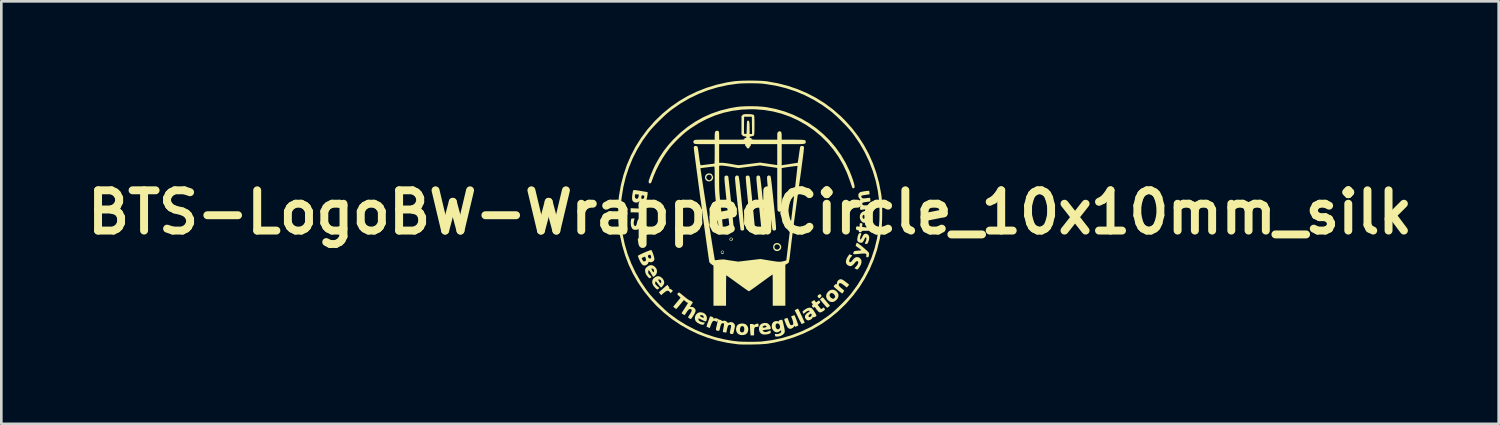
<source format=kicad_pcb>
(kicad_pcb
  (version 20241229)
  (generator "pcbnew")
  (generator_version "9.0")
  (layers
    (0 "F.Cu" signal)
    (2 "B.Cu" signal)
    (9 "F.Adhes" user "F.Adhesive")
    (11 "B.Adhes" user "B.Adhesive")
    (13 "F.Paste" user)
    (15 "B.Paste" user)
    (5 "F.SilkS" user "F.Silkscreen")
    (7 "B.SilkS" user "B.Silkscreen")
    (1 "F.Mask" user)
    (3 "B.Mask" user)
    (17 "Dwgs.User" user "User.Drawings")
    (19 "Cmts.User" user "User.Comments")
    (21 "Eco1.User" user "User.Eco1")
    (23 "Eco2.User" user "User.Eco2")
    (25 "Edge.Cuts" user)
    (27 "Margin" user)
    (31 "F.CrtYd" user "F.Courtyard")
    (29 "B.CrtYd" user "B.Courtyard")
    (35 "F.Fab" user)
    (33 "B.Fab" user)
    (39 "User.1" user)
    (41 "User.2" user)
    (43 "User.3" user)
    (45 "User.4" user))
  (footprint "BTS-LogoBW-WrappedCircle_10x10mm_silk"
    (layer "F.Cu")
    (at 25.335 4.987)
    (property "Reference" "BTS-LogoBW-WrappedCircle_10x10mm_silk" (at 0 0 0) (layer "F.SilkS") (effects (font (size 1.524 1.524) (thickness 0.3))))
    (attr board_only exclude_from_pos_files exclude_from_bom)
    (fp_poly (pts (xy 2.667 3.105) (xy 2.7 3.14) (xy 2.705 3.171) (xy 2.68 3.204) (xy 2.667 3.215) (xy 2.616 3.256) (xy 2.583 3.221) (xy 2.558 3.189) (xy 2.556 3.165) (xy 2.578 3.138) (xy 2.598 3.122) (xy 2.631 3.099) (xy 2.653 3.096)) (stroke (width 0) (type solid)) (fill yes) (layer "F.SilkS"))
    (fp_poly (pts (xy -4.15 0.984) (xy -4.138 1.015) (xy -4.133 1.033) (xy -4.119 1.088) (xy -4.105 1.14) (xy -4.103 1.148) (xy -4.096 1.184) (xy -4.102 1.203) (xy -4.129 1.214) (xy -4.157 1.22) (xy -4.204 1.23) (xy -4.231 1.12) (xy -4.242 1.065) (xy -4.247 1.022) (xy -4.246 0.999) (xy -4.245 0.998) (xy -4.223 0.987) (xy -4.192 0.978) (xy -4.165 0.974)) (stroke (width 0) (type solid)) (fill yes) (layer "F.SilkS"))
    (fp_poly (pts (xy 2.763 3.223) (xy 2.791 3.253) (xy 2.831 3.299) (xy 2.878 3.355) (xy 2.892 3.372) (xy 3.026 3.532) (xy 2.979 3.572) (xy 2.947 3.597) (xy 2.924 3.61) (xy 2.921 3.611) (xy 2.907 3.6) (xy 2.878 3.569) (xy 2.837 3.524) (xy 2.789 3.467) (xy 2.778 3.454) (xy 2.646 3.296) (xy 2.695 3.254) (xy 2.726 3.228) (xy 2.748 3.213) (xy 2.751 3.212)) (stroke (width 0) (type solid)) (fill yes) (layer "F.SilkS"))
    (fp_poly (pts (xy -0.678 0.965) (xy -0.655 0.994) (xy -0.65 1.029) (xy -0.66 1.052) (xy -0.691 1.071) (xy -0.715 1.076) (xy -0.751 1.066) (xy -0.769 1.052) (xy -0.78 1.02) (xy -0.76 1.02) (xy -0.75 1.04) (xy -0.722 1.057) (xy -0.694 1.048) (xy -0.679 1.018) (xy -0.685 0.985) (xy -0.708 0.971) (xy -0.736 0.979) (xy -0.747 0.991) (xy -0.76 1.02) (xy -0.78 1.02) (xy -0.78 1.019) (xy -0.769 0.984) (xy -0.741 0.959) (xy -0.715 0.953)) (stroke (width 0) (type solid)) (fill yes) (layer "F.SilkS"))
    (fp_poly (pts (xy 1.821 3.645) (xy 1.829 3.661) (xy 1.848 3.699) (xy 1.875 3.753) (xy 1.907 3.82) (xy 1.942 3.892) (xy 1.977 3.966) (xy 2.009 4.036) (xy 2.037 4.096) (xy 2.058 4.142) (xy 2.069 4.168) (xy 2.071 4.172) (xy 2.05 4.185) (xy 2.016 4.201) (xy 1.981 4.217) (xy 1.958 4.225) (xy 1.956 4.225) (xy 1.946 4.212) (xy 1.925 4.175) (xy 1.895 4.119) (xy 1.859 4.048) (xy 1.82 3.967) (xy 1.818 3.964) (xy 1.692 3.703) (xy 1.754 3.671) (xy 1.792 3.653) (xy 1.816 3.644)) (stroke (width 0) (type solid)) (fill yes) (layer "F.SilkS"))
    (fp_poly (pts (xy -3.087 2.796) (xy -3.06 2.833) (xy -3.054 2.857) (xy -3.06 2.869) (xy -3.067 2.884) (xy -3.047 2.889) (xy -3.046 2.889) (xy -3.014 2.898) (xy -2.975 2.922) (xy -2.966 2.929) (xy -2.918 2.97) (xy -2.96 3.014) (xy -3.003 3.058) (xy -3.039 3.012) (xy -3.074 2.978) (xy -3.112 2.965) (xy -3.157 2.975) (xy -3.213 3.009) (xy -3.264 3.05) (xy -3.364 3.134) (xy -3.406 3.079) (xy -3.449 3.023) (xy -3.394 2.975) (xy -3.357 2.942) (xy -3.305 2.897) (xy -3.25 2.849) (xy -3.235 2.835) (xy -3.131 2.743)) (stroke (width 0) (type solid)) (fill yes) (layer "F.SilkS"))
    (fp_poly (pts (xy -1.027 1.449) (xy -1.018 1.454) (xy -0.992 1.484) (xy -0.986 1.523) (xy -1.002 1.557) (xy -1.008 1.563) (xy -1.034 1.579) (xy -1.045 1.583) (xy -1.064 1.575) (xy -1.082 1.563) (xy -1.103 1.533) (xy -1.103 1.51) (xy -1.087 1.51) (xy -1.079 1.538) (xy -1.05 1.552) (xy -1.045 1.552) (xy -1.015 1.542) (xy -1.004 1.528) (xy -1.006 1.499) (xy -1.02 1.478) (xy -1.041 1.461) (xy -1.059 1.468) (xy -1.07 1.478) (xy -1.087 1.51) (xy -1.103 1.51) (xy -1.103 1.499) (xy -1.087 1.468) (xy -1.06 1.448)) (stroke (width 0) (type solid)) (fill yes) (layer "F.SilkS"))
    (fp_poly (pts (xy 0.308 4.213) (xy 0.32 4.227) (xy 0.323 4.262) (xy 0.323 4.272) (xy 0.321 4.311) (xy 0.311 4.329) (xy 0.283 4.333) (xy 0.262 4.333) (xy 0.216 4.337) (xy 0.185 4.351) (xy 0.166 4.381) (xy 0.157 4.431) (xy 0.154 4.506) (xy 0.154 4.519) (xy 0.154 4.656) (xy 0.02 4.656) (xy 0.01 4.529) (xy 0.005 4.455) (xy 0.002 4.379) (xy 0.000103 4.318) (xy 0.000092 4.314) (xy 0 4.226) (xy 0.069 4.226) (xy 0.115 4.229) (xy 0.136 4.239) (xy 0.138 4.248) (xy 0.143 4.261) (xy 0.161 4.256) (xy 0.188 4.241) (xy 0.233 4.22) (xy 0.277 4.21) (xy 0.28 4.21)) (stroke (width 0) (type solid)) (fill yes) (layer "F.SilkS"))
    (fp_poly (pts (xy 1.082 1.169) (xy 1.137 1.208) (xy 1.144 1.216) (xy 1.176 1.271) (xy 1.181 1.33) (xy 1.169 1.373) (xy 1.136 1.421) (xy 1.084 1.453) (xy 1.024 1.467) (xy 0.968 1.458) (xy 0.915 1.422) (xy 0.883 1.366) (xy 0.876 1.317) (xy 0.877 1.308) (xy 0.922 1.308) (xy 0.934 1.359) (xy 0.966 1.394) (xy 1.01 1.41) (xy 1.057 1.405) (xy 1.101 1.377) (xy 1.111 1.365) (xy 1.131 1.331) (xy 1.131 1.302) (xy 1.123 1.278) (xy 1.092 1.235) (xy 1.05 1.213) (xy 1.004 1.211) (xy 0.963 1.227) (xy 0.933 1.261) (xy 0.922 1.308) (xy 0.877 1.308) (xy 0.884 1.252) (xy 0.91 1.206) (xy 0.955 1.174) (xy 1.019 1.157)) (stroke (width 0) (type solid)) (fill yes) (layer "F.SilkS"))
    (fp_poly (pts (xy -1.498 -1.471) (xy -1.465 -1.456) (xy -1.438 -1.428) (xy -1.405 -1.368) (xy -1.397 -1.306) (xy -1.415 -1.249) (xy -1.456 -1.203) (xy -1.475 -1.191) (xy -1.542 -1.17) (xy -1.605 -1.179) (xy -1.627 -1.189) (xy -1.675 -1.232) (xy -1.701 -1.288) (xy -1.702 -1.331) (xy -1.656 -1.331) (xy -1.651 -1.295) (xy -1.623 -1.254) (xy -1.579 -1.224) (xy -1.54 -1.214) (xy -1.516 -1.224) (xy -1.485 -1.249) (xy -1.482 -1.252) (xy -1.451 -1.3) (xy -1.448 -1.35) (xy -1.474 -1.397) (xy -1.476 -1.399) (xy -1.518 -1.423) (xy -1.564 -1.424) (xy -1.607 -1.406) (xy -1.64 -1.374) (xy -1.656 -1.331) (xy -1.702 -1.331) (xy -1.703 -1.349) (xy -1.68 -1.407) (xy -1.661 -1.43) (xy -1.623 -1.461) (xy -1.581 -1.473) (xy -1.547 -1.475)) (stroke (width 0) (type solid)) (fill yes) (layer "F.SilkS"))
    (fp_poly (pts (xy 3.159 2.928) (xy 3.23 2.955) (xy 3.258 2.976) (xy 3.317 3.041) (xy 3.347 3.111) (xy 3.346 3.184) (xy 3.315 3.258) (xy 3.275 3.309) (xy 3.207 3.365) (xy 3.135 3.392) (xy 3.063 3.391) (xy 3.002 3.367) (xy 2.936 3.312) (xy 2.895 3.246) (xy 2.88 3.173) (xy 2.886 3.135) (xy 3.01 3.135) (xy 3.023 3.182) (xy 3.059 3.227) (xy 3.085 3.246) (xy 3.129 3.268) (xy 3.161 3.268) (xy 3.192 3.246) (xy 3.196 3.242) (xy 3.22 3.213) (xy 3.225 3.186) (xy 3.211 3.149) (xy 3.204 3.134) (xy 3.17 3.091) (xy 3.127 3.062) (xy 3.083 3.052) (xy 3.058 3.058) (xy 3.022 3.091) (xy 3.01 3.135) (xy 2.886 3.135) (xy 2.892 3.099) (xy 2.902 3.077) (xy 2.953 3.004) (xy 3.016 2.954) (xy 3.086 2.928)) (stroke (width 0) (type solid)) (fill yes) (layer "F.SilkS"))
    (fp_poly (pts (xy -0.254 4.208) (xy -0.186 4.226) (xy -0.166 4.236) (xy -0.114 4.282) (xy -0.08 4.343) (xy -0.066 4.413) (xy -0.071 4.484) (xy -0.096 4.549) (xy -0.139 4.6) (xy -0.17 4.62) (xy -0.248 4.643) (xy -0.333 4.645) (xy -0.372 4.638) (xy -0.443 4.605) (xy -0.494 4.551) (xy -0.523 4.483) (xy -0.524 4.467) (xy -0.382 4.467) (xy -0.373 4.501) (xy -0.361 4.518) (xy -0.321 4.544) (xy -0.278 4.544) (xy -0.241 4.517) (xy -0.239 4.514) (xy -0.222 4.472) (xy -0.216 4.418) (xy -0.221 4.366) (xy -0.237 4.329) (xy -0.239 4.327) (xy -0.279 4.303) (xy -0.318 4.306) (xy -0.351 4.334) (xy -0.374 4.383) (xy -0.38 4.415) (xy -0.382 4.467) (xy -0.524 4.467) (xy -0.529 4.406) (xy -0.509 4.324) (xy -0.494 4.291) (xy -0.456 4.249) (xy -0.397 4.221) (xy -0.327 4.206)) (stroke (width 0) (type solid)) (fill yes) (layer "F.SilkS"))
    (fp_poly (pts (xy -0.44 -1.379) (xy -0.435 -1.371) (xy -0.429 -1.356) (xy -0.423 -1.331) (xy -0.416 -1.293) (xy -0.408 -1.241) (xy -0.399 -1.173) (xy -0.388 -1.086) (xy -0.376 -0.979) (xy -0.362 -0.849) (xy -0.346 -0.694) (xy -0.327 -0.512) (xy -0.312 -0.364) (xy -0.289 -0.146) (xy -0.27 0.043) (xy -0.255 0.204) (xy -0.243 0.338) (xy -0.233 0.447) (xy -0.227 0.532) (xy -0.223 0.594) (xy -0.222 0.635) (xy -0.224 0.656) (xy -0.225 0.658) (xy -0.254 0.68) (xy -0.295 0.688) (xy -0.335 0.682) (xy -0.352 0.67) (xy -0.356 0.652) (xy -0.363 0.607) (xy -0.373 0.537) (xy -0.384 0.446) (xy -0.397 0.337) (xy -0.412 0.214) (xy -0.427 0.078) (xy -0.443 -0.066) (xy -0.46 -0.215) (xy -0.476 -0.366) (xy -0.492 -0.517) (xy -0.508 -0.664) (xy -0.522 -0.803) (xy -0.536 -0.932) (xy -0.547 -1.048) (xy -0.556 -1.147) (xy -0.563 -1.226) (xy -0.567 -1.282) (xy -0.569 -1.309) (xy -0.557 -1.357) (xy -0.526 -1.388) (xy -0.485 -1.396)) (stroke (width 0) (type solid)) (fill yes) (layer "F.SilkS"))
    (fp_poly (pts (xy -0.852 -1.386) (xy -0.825 -1.361) (xy -0.823 -1.357) (xy -0.82 -1.339) (xy -0.815 -1.293) (xy -0.807 -1.223) (xy -0.796 -1.132) (xy -0.784 -1.023) (xy -0.771 -0.9) (xy -0.756 -0.764) (xy -0.741 -0.62) (xy -0.725 -0.471) (xy -0.709 -0.32) (xy -0.693 -0.169) (xy -0.678 -0.023) (xy -0.664 0.116) (xy -0.651 0.245) (xy -0.639 0.359) (xy -0.629 0.458) (xy -0.622 0.536) (xy -0.617 0.591) (xy -0.615 0.62) (xy -0.615 0.622) (xy -0.628 0.657) (xy -0.66 0.681) (xy -0.7 0.69) (xy -0.739 0.68) (xy -0.754 0.667) (xy -0.759 0.648) (xy -0.766 0.602) (xy -0.776 0.532) (xy -0.788 0.441) (xy -0.801 0.331) (xy -0.815 0.207) (xy -0.831 0.072) (xy -0.847 -0.072) (xy -0.864 -0.221) (xy -0.88 -0.373) (xy -0.896 -0.523) (xy -0.911 -0.669) (xy -0.925 -0.807) (xy -0.938 -0.935) (xy -0.949 -1.049) (xy -0.958 -1.146) (xy -0.964 -1.223) (xy -0.967 -1.277) (xy -0.968 -1.294) (xy -0.965 -1.342) (xy -0.954 -1.37) (xy -0.936 -1.384) (xy -0.894 -1.394)) (stroke (width 0) (type solid)) (fill yes) (layer "F.SilkS"))
    (fp_poly (pts (xy -0.058 -1.389) (xy -0.048 -1.384) (xy -0.023 -1.356) (xy -0.008 -1.317) (xy -0.005 -1.289) (xy 0.002 -1.233) (xy 0.01 -1.154) (xy 0.021 -1.055) (xy 0.033 -0.939) (xy 0.046 -0.81) (xy 0.061 -0.67) (xy 0.076 -0.524) (xy 0.091 -0.374) (xy 0.106 -0.223) (xy 0.121 -0.076) (xy 0.135 0.065) (xy 0.147 0.197) (xy 0.159 0.315) (xy 0.169 0.418) (xy 0.176 0.501) (xy 0.182 0.561) (xy 0.184 0.595) (xy 0.184 0.6) (xy 0.179 0.642) (xy 0.168 0.671) (xy 0.166 0.673) (xy 0.133 0.688) (xy 0.091 0.69) (xy 0.055 0.677) (xy 0.048 0.671) (xy 0.044 0.652) (xy 0.036 0.606) (xy 0.027 0.536) (xy 0.016 0.444) (xy 0.003 0.335) (xy -0.011 0.21) (xy -0.026 0.074) (xy -0.042 -0.071) (xy -0.058 -0.222) (xy -0.074 -0.375) (xy -0.09 -0.527) (xy -0.105 -0.675) (xy -0.118 -0.817) (xy -0.131 -0.948) (xy -0.142 -1.066) (xy -0.151 -1.167) (xy -0.157 -1.249) (xy -0.161 -1.309) (xy -0.162 -1.342) (xy -0.162 -1.348) (xy -0.14 -1.379) (xy -0.102 -1.394)) (stroke (width 0) (type solid)) (fill yes) (layer "F.SilkS"))
    (fp_poly (pts (xy 4.192 0.788) (xy 4.211 0.803) (xy 4.206 0.835) (xy 4.194 0.865) (xy 4.175 0.919) (xy 4.166 0.969) (xy 4.167 1.008) (xy 4.179 1.028) (xy 4.185 1.03) (xy 4.201 1.016) (xy 4.223 0.982) (xy 4.244 0.939) (xy 4.282 0.867) (xy 4.321 0.824) (xy 4.365 0.807) (xy 4.417 0.814) (xy 4.471 0.846) (xy 4.503 0.898) (xy 4.513 0.967) (xy 4.5 1.051) (xy 4.471 1.133) (xy 4.447 1.177) (xy 4.421 1.195) (xy 4.381 1.193) (xy 4.363 1.188) (xy 4.35 1.181) (xy 4.35 1.164) (xy 4.364 1.131) (xy 4.375 1.11) (xy 4.397 1.053) (xy 4.406 1.001) (xy 4.401 0.961) (xy 4.383 0.941) (xy 4.367 0.951) (xy 4.345 0.984) (xy 4.325 1.025) (xy 4.301 1.075) (xy 4.276 1.115) (xy 4.261 1.133) (xy 4.213 1.152) (xy 4.157 1.148) (xy 4.106 1.124) (xy 4.092 1.113) (xy 4.069 1.085) (xy 4.059 1.057) (xy 4.059 1.015) (xy 4.061 0.994) (xy 4.073 0.922) (xy 4.092 0.859) (xy 4.115 0.812) (xy 4.139 0.786) (xy 4.149 0.784)) (stroke (width 0) (type solid)) (fill yes) (layer "F.SilkS"))
    (fp_poly (pts (xy 3.819 1.609) (xy 3.872 1.635) (xy 3.836 1.674) (xy 3.793 1.729) (xy 3.765 1.783) (xy 3.754 1.831) (xy 3.759 1.867) (xy 3.784 1.886) (xy 3.789 1.887) (xy 3.818 1.88) (xy 3.849 1.849) (xy 3.865 1.828) (xy 3.926 1.753) (xy 3.985 1.708) (xy 4.045 1.691) (xy 4.107 1.703) (xy 4.141 1.721) (xy 4.193 1.769) (xy 4.219 1.83) (xy 4.218 1.903) (xy 4.192 1.986) (xy 4.14 2.075) (xy 4.115 2.109) (xy 4.085 2.146) (xy 4.063 2.162) (xy 4.04 2.159) (xy 4.004 2.141) (xy 4 2.139) (xy 3.95 2.113) (xy 4.006 2.059) (xy 4.051 2.006) (xy 4.082 1.954) (xy 4.096 1.906) (xy 4.093 1.869) (xy 4.072 1.847) (xy 4.051 1.844) (xy 4.019 1.857) (xy 3.978 1.898) (xy 3.959 1.922) (xy 3.917 1.97) (xy 3.873 2.007) (xy 3.848 2.022) (xy 3.811 2.035) (xy 3.778 2.034) (xy 3.735 2.019) (xy 3.734 2.019) (xy 3.673 1.981) (xy 3.638 1.928) (xy 3.628 1.862) (xy 3.644 1.784) (xy 3.685 1.697) (xy 3.728 1.633) (xy 3.766 1.584)) (stroke (width 0) (type solid)) (fill yes) (layer "F.SilkS"))
    (fp_poly (pts (xy 4.216 0.411) (xy 4.243 0.418) (xy 4.253 0.432) (xy 4.252 0.464) (xy 4.25 0.484) (xy 4.24 0.549) (xy 4.298 0.559) (xy 4.371 0.568) (xy 4.419 0.568) (xy 4.448 0.557) (xy 4.463 0.534) (xy 4.465 0.526) (xy 4.473 0.489) (xy 4.479 0.467) (xy 4.496 0.457) (xy 4.531 0.457) (xy 4.532 0.458) (xy 4.58 0.465) (xy 4.57 0.543) (xy 4.559 0.598) (xy 4.542 0.645) (xy 4.533 0.661) (xy 4.519 0.679) (xy 4.501 0.69) (xy 4.473 0.696) (xy 4.428 0.698) (xy 4.366 0.698) (xy 4.299 0.698) (xy 4.258 0.7) (xy 4.236 0.706) (xy 4.227 0.715) (xy 4.226 0.725) (xy 4.218 0.744) (xy 4.192 0.752) (xy 4.172 0.753) (xy 4.135 0.75) (xy 4.121 0.737) (xy 4.118 0.715) (xy 4.113 0.689) (xy 4.09 0.676) (xy 4.068 0.673) (xy 4.028 0.659) (xy 4.011 0.625) (xy 4.015 0.571) (xy 4.017 0.561) (xy 4.026 0.538) (xy 4.045 0.53) (xy 4.084 0.533) (xy 4.087 0.534) (xy 4.149 0.542) (xy 4.149 0.479) (xy 4.152 0.433) (xy 4.164 0.411) (xy 4.191 0.407)) (stroke (width 0) (type solid)) (fill yes) (layer "F.SilkS"))
    (fp_poly (pts (xy -3.644 2.027) (xy -3.618 2.046) (xy -3.58 2.085) (xy -3.548 2.125) (xy -3.541 2.137) (xy -3.521 2.207) (xy -3.525 2.28) (xy -3.551 2.347) (xy -3.597 2.401) (xy -3.625 2.419) (xy -3.671 2.443) (xy -3.744 2.312) (xy -3.777 2.257) (xy -3.805 2.215) (xy -3.826 2.19) (xy -3.833 2.187) (xy -3.845 2.204) (xy -3.853 2.24) (xy -3.854 2.249) (xy -3.854 2.284) (xy -3.844 2.313) (xy -3.819 2.345) (xy -3.788 2.378) (xy -3.749 2.419) (xy -3.733 2.446) (xy -3.736 2.46) (xy -3.737 2.462) (xy -3.777 2.486) (xy -3.804 2.492) (xy -3.83 2.477) (xy -3.862 2.444) (xy -3.922 2.367) (xy -3.957 2.295) (xy -3.971 2.22) (xy -3.971 2.21) (xy -3.968 2.158) (xy -3.956 2.13) (xy -3.728 2.13) (xy -3.724 2.161) (xy -3.703 2.206) (xy -3.674 2.251) (xy -3.652 2.267) (xy -3.639 2.253) (xy -3.634 2.212) (xy -3.641 2.17) (xy -3.666 2.142) (xy -3.675 2.137) (xy -3.712 2.122) (xy -3.728 2.13) (xy -3.956 2.13) (xy -3.952 2.121) (xy -3.926 2.089) (xy -3.855 2.031) (xy -3.782 2) (xy -3.711 1.999)) (stroke (width 0) (type solid)) (fill yes) (layer "F.SilkS"))
    (fp_poly (pts (xy 0.769 -1.374) (xy 0.772 -1.371) (xy 0.778 -1.359) (xy 0.784 -1.332) (xy 0.792 -1.289) (xy 0.801 -1.228) (xy 0.811 -1.148) (xy 0.823 -1.047) (xy 0.837 -0.922) (xy 0.853 -0.772) (xy 0.872 -0.596) (xy 0.893 -0.391) (xy 0.897 -0.354) (xy 0.917 -0.155) (xy 0.935 0.015) (xy 0.949 0.16) (xy 0.961 0.281) (xy 0.97 0.38) (xy 0.977 0.459) (xy 0.982 0.522) (xy 0.984 0.57) (xy 0.985 0.605) (xy 0.984 0.63) (xy 0.982 0.646) (xy 0.978 0.657) (xy 0.973 0.664) (xy 0.934 0.688) (xy 0.89 0.687) (xy 0.857 0.665) (xy 0.851 0.652) (xy 0.845 0.624) (xy 0.837 0.58) (xy 0.828 0.517) (xy 0.817 0.435) (xy 0.805 0.33) (xy 0.79 0.202) (xy 0.774 0.049) (xy 0.755 -0.131) (xy 0.733 -0.34) (xy 0.733 -0.346) (xy 0.712 -0.545) (xy 0.695 -0.716) (xy 0.681 -0.861) (xy 0.669 -0.982) (xy 0.66 -1.082) (xy 0.653 -1.162) (xy 0.648 -1.225) (xy 0.646 -1.273) (xy 0.645 -1.309) (xy 0.646 -1.334) (xy 0.649 -1.35) (xy 0.653 -1.361) (xy 0.654 -1.364) (xy 0.688 -1.392) (xy 0.73 -1.396)) (stroke (width 0) (type solid)) (fill yes) (layer "F.SilkS"))
    (fp_poly (pts (xy 4.405 -0.049) (xy 4.419 -0.028) (xy 4.424 0.013) (xy 4.422 0.079) (xy 4.42 0.114) (xy 4.416 0.188) (xy 4.417 0.235) (xy 4.424 0.257) (xy 4.44 0.257) (xy 4.464 0.238) (xy 4.472 0.23) (xy 4.495 0.188) (xy 4.502 0.128) (xy 4.493 0.06) (xy 4.48 0.023) (xy 4.458 -0.031) (xy 4.511 -0.031) (xy 4.548 -0.025) (xy 4.573 -0.004) (xy 4.587 0.036) (xy 4.594 0.099) (xy 4.594 0.148) (xy 4.587 0.236) (xy 4.564 0.302) (xy 4.523 0.351) (xy 4.498 0.369) (xy 4.442 0.39) (xy 4.373 0.398) (xy 4.306 0.393) (xy 4.278 0.385) (xy 4.231 0.352) (xy 4.19 0.299) (xy 4.162 0.236) (xy 4.156 0.209) (xy 4.157 0.145) (xy 4.258 0.145) (xy 4.258 0.186) (xy 4.273 0.222) (xy 4.3 0.244) (xy 4.313 0.246) (xy 4.327 0.233) (xy 4.333 0.193) (xy 4.333 0.169) (xy 4.328 0.116) (xy 4.314 0.092) (xy 4.29 0.098) (xy 4.275 0.111) (xy 4.258 0.145) (xy 4.157 0.145) (xy 4.157 0.124) (xy 4.185 0.051) (xy 4.236 -0.006) (xy 4.31 -0.043) (xy 4.342 -0.051) (xy 4.38 -0.055)) (stroke (width 0) (type solid)) (fill yes) (layer "F.SilkS"))
    (fp_poly (pts (xy 0.336 -1.394) (xy 0.371 -1.369) (xy 0.374 -1.364) (xy 0.381 -1.341) (xy 0.39 -1.29) (xy 0.401 -1.21) (xy 0.415 -1.102) (xy 0.431 -0.964) (xy 0.449 -0.797) (xy 0.47 -0.6) (xy 0.494 -0.372) (xy 0.496 -0.353) (xy 0.516 -0.154) (xy 0.533 0.017) (xy 0.548 0.161) (xy 0.559 0.282) (xy 0.568 0.381) (xy 0.575 0.461) (xy 0.579 0.524) (xy 0.582 0.571) (xy 0.582 0.606) (xy 0.581 0.631) (xy 0.578 0.647) (xy 0.574 0.657) (xy 0.574 0.657) (xy 0.541 0.685) (xy 0.498 0.69) (xy 0.458 0.67) (xy 0.454 0.667) (xy 0.435 0.644) (xy 0.43 0.633) (xy 0.429 0.616) (xy 0.424 0.571) (xy 0.417 0.501) (xy 0.408 0.408) (xy 0.396 0.295) (xy 0.383 0.165) (xy 0.368 0.019) (xy 0.352 -0.139) (xy 0.335 -0.307) (xy 0.33 -0.359) (xy 0.309 -0.557) (xy 0.292 -0.726) (xy 0.278 -0.869) (xy 0.266 -0.989) (xy 0.257 -1.087) (xy 0.25 -1.166) (xy 0.245 -1.228) (xy 0.243 -1.275) (xy 0.242 -1.31) (xy 0.243 -1.334) (xy 0.246 -1.35) (xy 0.249 -1.361) (xy 0.254 -1.369) (xy 0.255 -1.369) (xy 0.294 -1.394)) (stroke (width 0) (type solid)) (fill yes) (layer "F.SilkS"))
    (fp_poly (pts (xy 3.463 2.533) (xy 3.498 2.548) (xy 3.545 2.576) (xy 3.607 2.621) (xy 3.617 2.628) (xy 3.67 2.67) (xy 3.714 2.704) (xy 3.741 2.728) (xy 3.749 2.736) (xy 3.74 2.752) (xy 3.718 2.781) (xy 3.707 2.794) (xy 3.665 2.845) (xy 3.555 2.759) (xy 3.487 2.71) (xy 3.438 2.683) (xy 3.401 2.676) (xy 3.376 2.69) (xy 3.364 2.706) (xy 3.355 2.74) (xy 3.365 2.776) (xy 3.398 2.817) (xy 3.454 2.868) (xy 3.471 2.881) (xy 3.516 2.917) (xy 3.549 2.946) (xy 3.564 2.962) (xy 3.565 2.963) (xy 3.557 2.981) (xy 3.538 3.011) (xy 3.515 3.043) (xy 3.496 3.066) (xy 3.488 3.072) (xy 3.474 3.062) (xy 3.441 3.037) (xy 3.393 3) (xy 3.335 2.955) (xy 3.327 2.948) (xy 3.269 2.9) (xy 3.22 2.858) (xy 3.185 2.826) (xy 3.17 2.808) (xy 3.169 2.807) (xy 3.177 2.785) (xy 3.198 2.752) (xy 3.205 2.745) (xy 3.233 2.718) (xy 3.253 2.713) (xy 3.266 2.72) (xy 3.281 2.728) (xy 3.287 2.715) (xy 3.288 2.683) (xy 3.301 2.623) (xy 3.336 2.573) (xy 3.385 2.539) (xy 3.431 2.529)) (stroke (width 0) (type solid)) (fill yes) (layer "F.SilkS"))
    (fp_poly (pts (xy 0.645 4.194) (xy 0.675 4.207) (xy 0.726 4.249) (xy 0.764 4.307) (xy 0.783 4.368) (xy 0.784 4.381) (xy 0.782 4.403) (xy 0.772 4.416) (xy 0.747 4.424) (xy 0.701 4.431) (xy 0.68 4.433) (xy 0.617 4.44) (xy 0.559 4.448) (xy 0.523 4.454) (xy 0.47 4.465) (xy 0.504 4.499) (xy 0.548 4.526) (xy 0.604 4.529) (xy 0.675 4.508) (xy 0.689 4.502) (xy 0.739 4.481) (xy 0.767 4.474) (xy 0.78 4.485) (xy 0.784 4.513) (xy 0.784 4.524) (xy 0.781 4.556) (xy 0.768 4.576) (xy 0.738 4.591) (xy 0.712 4.601) (xy 0.641 4.618) (xy 0.565 4.624) (xy 0.495 4.62) (xy 0.446 4.606) (xy 0.391 4.562) (xy 0.356 4.502) (xy 0.339 4.432) (xy 0.342 4.36) (xy 0.349 4.337) (xy 0.479 4.337) (xy 0.483 4.357) (xy 0.507 4.364) (xy 0.555 4.359) (xy 0.583 4.354) (xy 0.618 4.339) (xy 0.626 4.316) (xy 0.606 4.294) (xy 0.59 4.286) (xy 0.55 4.284) (xy 0.51 4.299) (xy 0.483 4.326) (xy 0.479 4.337) (xy 0.349 4.337) (xy 0.364 4.293) (xy 0.406 4.238) (xy 0.432 4.219) (xy 0.499 4.193) (xy 0.574 4.184)) (stroke (width 0) (type solid)) (fill yes) (layer "F.SilkS"))
    (fp_poly (pts (xy 2.434 3.321) (xy 2.445 3.336) (xy 2.466 3.365) (xy 2.469 3.368) (xy 2.5 3.41) (xy 2.552 3.372) (xy 2.59 3.345) (xy 2.613 3.337) (xy 2.628 3.348) (xy 2.643 3.373) (xy 2.654 3.399) (xy 2.65 3.419) (xy 2.626 3.443) (xy 2.613 3.455) (xy 2.561 3.498) (xy 2.621 3.577) (xy 2.653 3.618) (xy 2.68 3.647) (xy 2.694 3.657) (xy 2.715 3.649) (xy 2.747 3.629) (xy 2.75 3.627) (xy 2.793 3.596) (xy 2.819 3.635) (xy 2.834 3.662) (xy 2.835 3.683) (xy 2.816 3.705) (xy 2.776 3.734) (xy 2.77 3.738) (xy 2.713 3.772) (xy 2.669 3.786) (xy 2.631 3.782) (xy 2.611 3.772) (xy 2.581 3.749) (xy 2.544 3.708) (xy 2.512 3.666) (xy 2.476 3.615) (xy 2.451 3.589) (xy 2.435 3.582) (xy 2.421 3.594) (xy 2.42 3.596) (xy 2.401 3.61) (xy 2.378 3.596) (xy 2.359 3.571) (xy 2.343 3.542) (xy 2.344 3.526) (xy 2.36 3.512) (xy 2.375 3.498) (xy 2.375 3.481) (xy 2.356 3.452) (xy 2.35 3.445) (xy 2.329 3.413) (xy 2.321 3.393) (xy 2.321 3.391) (xy 2.355 3.367) (xy 2.391 3.343) (xy 2.42 3.326) (xy 2.434 3.321)) (stroke (width 0) (type solid)) (fill yes) (layer "F.SilkS"))
    (fp_poly (pts (xy 4.056 1.153) (xy 4.089 1.174) (xy 4.137 1.209) (xy 4.194 1.253) (xy 4.257 1.304) (xy 4.32 1.357) (xy 4.379 1.409) (xy 4.431 1.456) (xy 4.469 1.494) (xy 4.491 1.52) (xy 4.494 1.525) (xy 4.505 1.572) (xy 4.499 1.63) (xy 4.497 1.638) (xy 4.485 1.681) (xy 4.469 1.699) (xy 4.442 1.7) (xy 4.42 1.695) (xy 4.401 1.684) (xy 4.398 1.658) (xy 4.401 1.637) (xy 4.405 1.604) (xy 4.401 1.581) (xy 4.385 1.566) (xy 4.352 1.559) (xy 4.301 1.557) (xy 4.225 1.562) (xy 4.134 1.57) (xy 4.042 1.579) (xy 3.978 1.583) (xy 3.936 1.583) (xy 3.913 1.577) (xy 3.905 1.564) (xy 3.908 1.542) (xy 3.919 1.511) (xy 3.919 1.509) (xy 3.929 1.485) (xy 3.943 1.471) (xy 3.968 1.462) (xy 4.012 1.456) (xy 4.054 1.452) (xy 4.115 1.447) (xy 4.167 1.443) (xy 4.2 1.44) (xy 4.202 1.44) (xy 4.21 1.433) (xy 4.196 1.415) (xy 4.159 1.384) (xy 4.118 1.353) (xy 4.067 1.316) (xy 4.027 1.287) (xy 4.003 1.27) (xy 3.999 1.267) (xy 4 1.253) (xy 4.01 1.222) (xy 4.022 1.186) (xy 4.035 1.157) (xy 4.04 1.149)) (stroke (width 0) (type solid)) (fill yes) (layer "F.SilkS"))
    (fp_poly (pts (xy -1.793 3.793) (xy -1.721 3.827) (xy -1.669 3.881) (xy -1.638 3.948) (xy -1.632 4.025) (xy -1.646 4.086) (xy -1.656 4.11) (xy -1.669 4.123) (xy -1.69 4.125) (xy -1.724 4.114) (xy -1.776 4.09) (xy -1.832 4.062) (xy -1.883 4.037) (xy -1.922 4.019) (xy -1.942 4.011) (xy -1.943 4.011) (xy -1.952 4.022) (xy -1.951 4.05) (xy -1.941 4.082) (xy -1.925 4.106) (xy -1.925 4.106) (xy -1.878 4.133) (xy -1.817 4.155) (xy -1.756 4.164) (xy -1.749 4.164) (xy -1.72 4.166) (xy -1.713 4.176) (xy -1.725 4.203) (xy -1.729 4.21) (xy -1.753 4.242) (xy -1.786 4.255) (xy -1.836 4.248) (xy -1.862 4.241) (xy -1.931 4.213) (xy -1.995 4.173) (xy -2.045 4.129) (xy -2.06 4.109) (xy -2.085 4.042) (xy -2.085 3.971) (xy -2.067 3.915) (xy -1.898 3.915) (xy -1.88 3.937) (xy -1.84 3.96) (xy -1.793 3.983) (xy -1.766 3.992) (xy -1.754 3.987) (xy -1.752 3.969) (xy -1.752 3.967) (xy -1.764 3.921) (xy -1.799 3.895) (xy -1.843 3.89) (xy -1.886 3.899) (xy -1.898 3.915) (xy -2.067 3.915) (xy -2.064 3.903) (xy -2.023 3.845) (xy -1.968 3.802) (xy -1.901 3.781) (xy -1.881 3.78)) (stroke (width 0) (type solid)) (fill yes) (layer "F.SilkS"))
    (fp_poly (pts (xy 1.686 3.894) (xy 1.694 3.91) (xy 1.71 3.949) (xy 1.731 4.003) (xy 1.755 4.066) (xy 1.779 4.131) (xy 1.801 4.19) (xy 1.818 4.238) (xy 1.827 4.268) (xy 1.829 4.273) (xy 1.816 4.287) (xy 1.784 4.305) (xy 1.771 4.311) (xy 1.733 4.325) (xy 1.712 4.325) (xy 1.698 4.313) (xy 1.697 4.311) (xy 1.683 4.298) (xy 1.67 4.31) (xy 1.662 4.327) (xy 1.635 4.358) (xy 1.591 4.387) (xy 1.544 4.406) (xy 1.518 4.409) (xy 1.491 4.402) (xy 1.458 4.387) (xy 1.431 4.363) (xy 1.402 4.319) (xy 1.369 4.249) (xy 1.361 4.232) (xy 1.329 4.153) (xy 1.308 4.099) (xy 1.298 4.063) (xy 1.3 4.04) (xy 1.312 4.027) (xy 1.335 4.017) (xy 1.353 4.012) (xy 1.392 4.002) (xy 1.417 3.997) (xy 1.421 3.998) (xy 1.427 4.014) (xy 1.442 4.051) (xy 1.462 4.103) (xy 1.467 4.118) (xy 1.494 4.188) (xy 1.515 4.233) (xy 1.534 4.258) (xy 1.553 4.269) (xy 1.578 4.269) (xy 1.581 4.269) (xy 1.618 4.255) (xy 1.637 4.224) (xy 1.636 4.173) (xy 1.617 4.1) (xy 1.603 4.059) (xy 1.556 3.937) (xy 1.618 3.912) (xy 1.657 3.899) (xy 1.682 3.893)) (stroke (width 0) (type solid)) (fill yes) (layer "F.SilkS"))
    (fp_poly (pts (xy -3.392 2.439) (xy -3.381 2.445) (xy -3.314 2.5) (xy -3.268 2.565) (xy -3.248 2.635) (xy -3.249 2.684) (xy -3.264 2.723) (xy -3.29 2.767) (xy -3.322 2.807) (xy -3.352 2.835) (xy -3.371 2.842) (xy -3.387 2.83) (xy -3.415 2.799) (xy -3.451 2.753) (xy -3.47 2.727) (xy -3.507 2.677) (xy -3.538 2.637) (xy -3.559 2.615) (xy -3.565 2.612) (xy -3.581 2.625) (xy -3.59 2.656) (xy -3.591 2.692) (xy -3.588 2.703) (xy -3.571 2.731) (xy -3.538 2.767) (xy -3.499 2.805) (xy -3.461 2.835) (xy -3.44 2.847) (xy -3.431 2.858) (xy -3.446 2.878) (xy -3.457 2.887) (xy -3.487 2.909) (xy -3.507 2.919) (xy -3.507 2.919) (xy -3.524 2.91) (xy -3.555 2.886) (xy -3.581 2.863) (xy -3.649 2.788) (xy -3.689 2.711) (xy -3.703 2.635) (xy -3.691 2.563) (xy -3.682 2.549) (xy -3.473 2.549) (xy -3.464 2.58) (xy -3.438 2.62) (xy -3.41 2.658) (xy -3.391 2.682) (xy -3.385 2.688) (xy -3.376 2.677) (xy -3.366 2.659) (xy -3.358 2.617) (xy -3.374 2.575) (xy -3.406 2.546) (xy -3.418 2.542) (xy -3.457 2.537) (xy -3.473 2.549) (xy -3.682 2.549) (xy -3.651 2.5) (xy -3.59 2.451) (xy -3.519 2.42) (xy -3.455 2.416)) (stroke (width 0) (type solid)) (fill yes) (layer "F.SilkS"))
    (fp_poly (pts (xy 2.322 3.62) (xy 2.328 3.624) (xy 2.354 3.648) (xy 2.388 3.689) (xy 2.424 3.74) (xy 2.459 3.795) (xy 2.488 3.846) (xy 2.508 3.889) (xy 2.514 3.915) (xy 2.513 3.917) (xy 2.493 3.935) (xy 2.459 3.957) (xy 2.456 3.958) (xy 2.421 3.973) (xy 2.403 3.971) (xy 2.396 3.963) (xy 2.384 3.956) (xy 2.371 3.977) (xy 2.368 3.984) (xy 2.337 4.028) (xy 2.287 4.064) (xy 2.229 4.085) (xy 2.203 4.087) (xy 2.158 4.078) (xy 2.118 4.044) (xy 2.114 4.04) (xy 2.082 3.983) (xy 2.08 3.926) (xy 2.212 3.926) (xy 2.223 3.954) (xy 2.252 3.965) (xy 2.287 3.953) (xy 2.312 3.93) (xy 2.332 3.892) (xy 2.331 3.861) (xy 2.322 3.843) (xy 2.308 3.832) (xy 2.286 3.839) (xy 2.26 3.856) (xy 2.225 3.891) (xy 2.212 3.926) (xy 2.08 3.926) (xy 2.08 3.924) (xy 2.106 3.867) (xy 2.16 3.815) (xy 2.204 3.787) (xy 2.244 3.763) (xy 2.257 3.744) (xy 2.247 3.728) (xy 2.243 3.726) (xy 2.208 3.721) (xy 2.16 3.739) (xy 2.106 3.776) (xy 2.091 3.788) (xy 2.032 3.842) (xy 2.005 3.8) (xy 1.989 3.774) (xy 1.989 3.755) (xy 2.007 3.734) (xy 2.03 3.714) (xy 2.114 3.653) (xy 2.193 3.617) (xy 2.263 3.606)) (stroke (width 0) (type solid)) (fill yes) (layer "F.SilkS"))
    (fp_poly (pts (xy 1.212 4.067) (xy 1.223 4.08) (xy 1.234 4.108) (xy 1.247 4.155) (xy 1.264 4.226) (xy 1.274 4.27) (xy 1.298 4.375) (xy 1.312 4.456) (xy 1.316 4.511) (xy 1.315 4.529) (xy 1.288 4.585) (xy 1.236 4.635) (xy 1.166 4.674) (xy 1.154 4.678) (xy 1.1 4.693) (xy 1.045 4.7) (xy 0.997 4.701) (xy 0.963 4.695) (xy 0.952 4.683) (xy 0.949 4.653) (xy 0.943 4.63) (xy 0.94 4.608) (xy 0.952 4.601) (xy 0.986 4.604) (xy 0.988 4.605) (xy 1.05 4.605) (xy 1.106 4.59) (xy 1.151 4.563) (xy 1.177 4.527) (xy 1.18 4.487) (xy 1.178 4.48) (xy 1.168 4.468) (xy 1.151 4.474) (xy 1.13 4.493) (xy 1.071 4.53) (xy 1.008 4.54) (xy 0.947 4.524) (xy 0.893 4.484) (xy 0.85 4.423) (xy 0.829 4.37) (xy 0.822 4.303) (xy 0.968 4.303) (xy 0.978 4.36) (xy 1.003 4.401) (xy 1.039 4.424) (xy 1.079 4.423) (xy 1.113 4.401) (xy 1.134 4.363) (xy 1.136 4.316) (xy 1.123 4.269) (xy 1.098 4.23) (xy 1.064 4.205) (xy 1.026 4.204) (xy 1.025 4.204) (xy 0.991 4.221) (xy 0.973 4.251) (xy 0.968 4.302) (xy 0.968 4.303) (xy 0.822 4.303) (xy 0.82 4.291) (xy 0.837 4.218) (xy 0.876 4.159) (xy 0.895 4.144) (xy 0.948 4.119) (xy 1.011 4.113) (xy 1.064 4.124) (xy 1.086 4.128) (xy 1.091 4.113) (xy 1.095 4.098) (xy 1.11 4.086) (xy 1.144 4.075) (xy 1.184 4.066) (xy 1.2 4.064)) (stroke (width 0) (type solid)) (fill yes) (layer "F.SilkS"))
    (fp_poly (pts (xy -4.323 -0.839) (xy -4.256 -0.83) (xy -4.165 -0.815) (xy -4.118 -0.807) (xy -4.038 -0.793) (xy -3.97 -0.782) (xy -3.917 -0.773) (xy -3.886 -0.769) (xy -3.882 -0.768) (xy -3.876 -0.755) (xy -3.875 -0.719) (xy -3.878 -0.684) (xy -3.895 -0.567) (xy -3.918 -0.479) (xy -3.946 -0.416) (xy -3.983 -0.376) (xy -4.028 -0.356) (xy -4.059 -0.353) (xy -4.112 -0.361) (xy -4.151 -0.388) (xy -4.155 -0.392) (xy -4.18 -0.417) (xy -4.196 -0.42) (xy -4.214 -0.404) (xy -4.218 -0.399) (xy -4.259 -0.375) (xy -4.314 -0.37) (xy -4.374 -0.383) (xy -4.394 -0.392) (xy -4.429 -0.417) (xy -4.451 -0.454) (xy -4.463 -0.506) (xy -4.464 -0.577) (xy -4.463 -0.582) (xy -4.358 -0.582) (xy -4.346 -0.552) (xy -4.334 -0.538) (xy -4.303 -0.513) (xy -4.279 -0.51) (xy -4.251 -0.527) (xy -4.24 -0.543) (xy -4.115 -0.543) (xy -4.101 -0.516) (xy -4.068 -0.509) (xy -4.06 -0.51) (xy -4.028 -0.522) (xy -4.008 -0.554) (xy -4.005 -0.566) (xy -4 -0.611) (xy -4.018 -0.636) (xy -4.062 -0.645) (xy -4.067 -0.645) (xy -4.093 -0.638) (xy -4.107 -0.611) (xy -4.111 -0.593) (xy -4.115 -0.543) (xy -4.24 -0.543) (xy -4.231 -0.554) (xy -4.217 -0.597) (xy -4.215 -0.609) (xy -4.207 -0.672) (xy -4.274 -0.681) (xy -4.314 -0.685) (xy -4.339 -0.687) (xy -4.342 -0.687) (xy -4.346 -0.671) (xy -4.353 -0.637) (xy -4.355 -0.627) (xy -4.358 -0.582) (xy -4.463 -0.582) (xy -4.454 -0.669) (xy -4.434 -0.786) (xy -4.431 -0.803) (xy -4.426 -0.822) (xy -4.417 -0.834) (xy -4.399 -0.842) (xy -4.369 -0.843)) (stroke (width 0) (type solid)) (fill yes) (layer "F.SilkS"))
    (fp_poly (pts (xy -3.944 -0.096) (xy -3.947 0.006) (xy -3.951 0.081) (xy -3.955 0.134) (xy -3.961 0.168) (xy -3.97 0.188) (xy -3.983 0.197) (xy -4.002 0.2) (xy -4.015 0.2) (xy -4.064 0.2) (xy -4.016 0.229) (xy -3.979 0.261) (xy -3.953 0.308) (xy -3.939 0.372) (xy -3.934 0.461) (xy -3.934 0.479) (xy -3.934 0.539) (xy -3.937 0.575) (xy -3.944 0.593) (xy -3.957 0.599) (xy -3.971 0.599) (xy -4.011 0.603) (xy -4.033 0.609) (xy -4.045 0.61) (xy -4.051 0.599) (xy -4.052 0.568) (xy -4.047 0.513) (xy -4.047 0.511) (xy -4.045 0.43) (xy -4.055 0.374) (xy -4.076 0.343) (xy -4.095 0.338) (xy -4.113 0.342) (xy -4.127 0.358) (xy -4.139 0.392) (xy -4.152 0.447) (xy -4.158 0.482) (xy -4.179 0.562) (xy -4.207 0.615) (xy -4.247 0.646) (xy -4.303 0.659) (xy -4.335 0.661) (xy -4.389 0.657) (xy -4.426 0.642) (xy -4.448 0.624) (xy -4.486 0.566) (xy -4.509 0.486) (xy -4.514 0.39) (xy -4.512 0.357) (xy -4.506 0.304) (xy -4.499 0.263) (xy -4.494 0.245) (xy -4.474 0.236) (xy -4.436 0.231) (xy -4.427 0.23) (xy -4.368 0.23) (xy -4.39 0.311) (xy -4.403 0.389) (xy -4.399 0.454) (xy -4.379 0.5) (xy -4.37 0.508) (xy -4.34 0.521) (xy -4.314 0.504) (xy -4.292 0.456) (xy -4.277 0.392) (xy -4.255 0.31) (xy -4.224 0.254) (xy -4.179 0.22) (xy -4.131 0.205) (xy -4.072 0.196) (xy -4.072 0.02) (xy -4.153 0.01) (xy -4.206 0.005) (xy -4.277 0.002) (xy -4.353 0.000261) (xy -4.375 0.000133) (xy -4.518 0) (xy -4.518 -0.158) (xy -4.057 -0.137) (xy -4.057 -0.323) (xy -3.938 -0.323)) (stroke (width 0) (type solid)) (fill yes) (layer "F.SilkS"))
    (fp_poly (pts (xy -3.733 1.426) (xy -3.715 1.457) (xy -3.692 1.509) (xy -3.668 1.573) (xy -3.646 1.639) (xy -3.63 1.698) (xy -3.621 1.742) (xy -3.62 1.749) (xy -3.623 1.797) (xy -3.639 1.83) (xy -3.662 1.853) (xy -3.718 1.884) (xy -3.776 1.887) (xy -3.81 1.875) (xy -3.831 1.869) (xy -3.842 1.885) (xy -3.847 1.906) (xy -3.87 1.949) (xy -3.913 1.986) (xy -3.968 2.009) (xy -4.001 2.013) (xy -4.046 2) (xy -4.095 1.961) (xy -4.095 1.96) (xy -4.121 1.924) (xy -4.153 1.868) (xy -4.186 1.801) (xy -4.216 1.733) (xy -4.217 1.729) (xy -4.1 1.729) (xy -4.097 1.744) (xy -4.082 1.777) (xy -4.072 1.797) (xy -4.049 1.837) (xy -4.027 1.855) (xy -4 1.856) (xy -4 1.856) (xy -3.963 1.843) (xy -3.944 1.826) (xy -3.936 1.795) (xy -3.946 1.746) (xy -3.949 1.738) (xy -3.962 1.699) (xy -3.971 1.677) (xy -3.973 1.675) (xy -3.989 1.68) (xy -4.021 1.693) (xy -4.058 1.709) (xy -4.088 1.723) (xy -4.1 1.729) (xy -4.217 1.729) (xy -4.237 1.673) (xy -4.242 1.656) (xy -3.865 1.656) (xy -3.858 1.684) (xy -3.857 1.69) (xy -3.845 1.714) (xy -3.819 1.738) (xy -3.792 1.751) (xy -3.789 1.752) (xy -3.762 1.741) (xy -3.75 1.729) (xy -3.739 1.705) (xy -3.744 1.67) (xy -3.749 1.652) (xy -3.765 1.614) (xy -3.784 1.6) (xy -3.815 1.608) (xy -3.834 1.616) (xy -3.862 1.637) (xy -3.865 1.656) (xy -4.242 1.656) (xy -4.244 1.646) (xy -4.232 1.635) (xy -4.197 1.614) (xy -4.144 1.587) (xy -4.079 1.557) (xy -4.007 1.525) (xy -3.933 1.493) (xy -3.864 1.466) (xy -3.804 1.443) (xy -3.759 1.429) (xy -3.735 1.425)) (stroke (width 0) (type solid)) (fill yes) (layer "F.SilkS"))
    (fp_poly (pts (xy 4.505 -0.814) (xy 4.509 -0.813) (xy 4.514 -0.795) (xy 4.519 -0.758) (xy 4.52 -0.745) (xy 4.525 -0.684) (xy 4.379 -0.663) (xy 4.315 -0.653) (xy 4.262 -0.643) (xy 4.228 -0.634) (xy 4.22 -0.63) (xy 4.211 -0.603) (xy 4.221 -0.569) (xy 4.244 -0.541) (xy 4.263 -0.532) (xy 4.296 -0.529) (xy 4.349 -0.531) (xy 4.41 -0.538) (xy 4.418 -0.539) (xy 4.474 -0.546) (xy 4.517 -0.55) (xy 4.539 -0.551) (xy 4.54 -0.55) (xy 4.545 -0.534) (xy 4.551 -0.497) (xy 4.554 -0.482) (xy 4.558 -0.452) (xy 4.556 -0.432) (xy 4.543 -0.418) (xy 4.514 -0.408) (xy 4.465 -0.401) (xy 4.391 -0.392) (xy 4.383 -0.391) (xy 4.311 -0.379) (xy 4.266 -0.363) (xy 4.246 -0.339) (xy 4.248 -0.31) (xy 4.265 -0.284) (xy 4.298 -0.269) (xy 4.352 -0.264) (xy 4.431 -0.268) (xy 4.456 -0.271) (xy 4.577 -0.285) (xy 4.586 -0.241) (xy 4.593 -0.199) (xy 4.593 -0.171) (xy 4.58 -0.153) (xy 4.551 -0.142) (xy 4.499 -0.133) (xy 4.437 -0.125) (xy 4.365 -0.116) (xy 4.3 -0.108) (xy 4.251 -0.101) (xy 4.233 -0.098) (xy 4.197 -0.096) (xy 4.175 -0.101) (xy 4.166 -0.126) (xy 4.164 -0.164) (xy 4.168 -0.203) (xy 4.178 -0.23) (xy 4.183 -0.235) (xy 4.19 -0.248) (xy 4.172 -0.275) (xy 4.168 -0.279) (xy 4.14 -0.33) (xy 4.135 -0.391) (xy 4.152 -0.448) (xy 4.158 -0.459) (xy 4.174 -0.486) (xy 4.169 -0.503) (xy 4.151 -0.516) (xy 4.119 -0.555) (xy 4.101 -0.61) (xy 4.1 -0.669) (xy 4.105 -0.693) (xy 4.131 -0.733) (xy 4.167 -0.762) (xy 4.197 -0.772) (xy 4.245 -0.783) (xy 4.305 -0.794) (xy 4.369 -0.804) (xy 4.429 -0.811) (xy 4.476 -0.815)) (stroke (width 0) (type solid)) (fill yes) (layer "F.SilkS"))
    (fp_poly (pts (xy -2.67 3.038) (xy -2.652 3.052) (xy -2.614 3.082) (xy -2.563 3.124) (xy -2.502 3.174) (xy -2.478 3.193) (xy -2.415 3.244) (xy -2.358 3.286) (xy -2.313 3.317) (xy -2.284 3.333) (xy -2.279 3.334) (xy -2.249 3.344) (xy -2.212 3.366) (xy -2.207 3.37) (xy -2.162 3.406) (xy -2.218 3.493) (xy -2.274 3.58) (xy -2.211 3.58) (xy -2.159 3.587) (xy -2.117 3.613) (xy -2.104 3.625) (xy -2.073 3.665) (xy -2.059 3.707) (xy -2.065 3.756) (xy -2.09 3.817) (xy -2.135 3.895) (xy -2.14 3.903) (xy -2.176 3.958) (xy -2.207 4.003) (xy -2.229 4.03) (xy -2.236 4.036) (xy -2.258 4.031) (xy -2.292 4.014) (xy -2.302 4.008) (xy -2.333 3.986) (xy -2.343 3.97) (xy -2.334 3.948) (xy -2.326 3.936) (xy -2.269 3.847) (xy -2.232 3.78) (xy -2.211 3.731) (xy -2.206 3.697) (xy -2.216 3.674) (xy -2.235 3.663) (xy -2.276 3.657) (xy -2.315 3.675) (xy -2.357 3.717) (xy -2.4 3.779) (xy -2.432 3.829) (xy -2.459 3.866) (xy -2.476 3.886) (xy -2.479 3.887) (xy -2.498 3.879) (xy -2.531 3.86) (xy -2.542 3.853) (xy -2.593 3.818) (xy -2.455 3.604) (xy -2.411 3.535) (xy -2.376 3.477) (xy -2.351 3.435) (xy -2.34 3.412) (xy -2.342 3.41) (xy -2.358 3.42) (xy -2.376 3.42) (xy -2.4 3.405) (xy -2.438 3.374) (xy -2.461 3.353) (xy -2.501 3.316) (xy -2.643 3.487) (xy -2.693 3.547) (xy -2.738 3.599) (xy -2.772 3.636) (xy -2.791 3.655) (xy -2.794 3.657) (xy -2.812 3.648) (xy -2.843 3.625) (xy -2.856 3.615) (xy -2.908 3.572) (xy -2.788 3.426) (xy -2.74 3.367) (xy -2.696 3.315) (xy -2.663 3.274) (xy -2.645 3.253) (xy -2.633 3.235) (xy -2.635 3.219) (xy -2.656 3.196) (xy -2.686 3.171) (xy -2.722 3.137) (xy -2.745 3.109) (xy -2.751 3.097) (xy -2.74 3.07) (xy -2.714 3.046) (xy -2.686 3.034)) (stroke (width 0) (type solid)) (fill yes) (layer "F.SilkS"))
    (fp_poly (pts (xy 0.108 -4.017) (xy 0.275 -4.013) (xy 0.433 -4.003) (xy 0.572 -3.989) (xy 0.622 -3.982) (xy 0.971 -3.913) (xy 1.309 -3.817) (xy 1.634 -3.693) (xy 1.944 -3.544) (xy 2.24 -3.371) (xy 2.519 -3.174) (xy 2.779 -2.955) (xy 3.021 -2.714) (xy 3.242 -2.454) (xy 3.441 -2.174) (xy 3.616 -1.876) (xy 3.768 -1.561) (xy 3.84 -1.381) (xy 3.89 -1.241) (xy 3.926 -1.128) (xy 3.949 -1.04) (xy 3.959 -0.977) (xy 3.955 -0.939) (xy 3.95 -0.931) (xy 3.918 -0.909) (xy 3.887 -0.915) (xy 3.877 -0.926) (xy 3.867 -0.947) (xy 3.85 -0.991) (xy 3.828 -1.054) (xy 3.803 -1.129) (xy 3.79 -1.168) (xy 3.668 -1.496) (xy 3.52 -1.809) (xy 3.347 -2.106) (xy 3.149 -2.385) (xy 2.929 -2.645) (xy 2.686 -2.885) (xy 2.422 -3.104) (xy 2.139 -3.3) (xy 1.836 -3.473) (xy 1.826 -3.478) (xy 1.516 -3.621) (xy 1.2 -3.733) (xy 0.876 -3.817) (xy 0.544 -3.873) (xy 0.2 -3.9) (xy 0.03 -3.903) (xy -0.321 -3.888) (xy -0.663 -3.844) (xy -0.997 -3.771) (xy -1.322 -3.668) (xy -1.637 -3.535) (xy -1.945 -3.373) (xy -2.243 -3.182) (xy -2.389 -3.075) (xy -2.482 -3) (xy -2.586 -2.907) (xy -2.697 -2.803) (xy -2.806 -2.694) (xy -2.908 -2.587) (xy -2.996 -2.489) (xy -3.033 -2.443) (xy -3.175 -2.252) (xy -3.312 -2.043) (xy -3.438 -1.825) (xy -3.549 -1.605) (xy -3.64 -1.393) (xy -3.664 -1.329) (xy -3.689 -1.262) (xy -3.711 -1.202) (xy -3.727 -1.158) (xy -3.734 -1.14) (xy -3.76 -1.104) (xy -3.791 -1.094) (xy -3.818 -1.105) (xy -3.835 -1.137) (xy -3.836 -1.179) (xy -3.825 -1.221) (xy -3.803 -1.286) (xy -3.773 -1.367) (xy -3.737 -1.458) (xy -3.697 -1.554) (xy -3.655 -1.649) (xy -3.615 -1.737) (xy -3.578 -1.812) (xy -3.571 -1.826) (xy -3.42 -2.091) (xy -3.258 -2.335) (xy -3.079 -2.563) (xy -2.897 -2.763) (xy -2.636 -3.013) (xy -2.361 -3.236) (xy -2.073 -3.431) (xy -1.772 -3.599) (xy -1.456 -3.74) (xy -1.125 -3.853) (xy -0.779 -3.94) (xy -0.499 -3.99) (xy -0.373 -4.004) (xy -0.224 -4.013) (xy -0.061 -4.018)) (stroke (width 0) (type solid)) (fill yes) (layer "F.SilkS"))
    (fp_poly (pts (xy -1.497 3.937) (xy -1.462 3.946) (xy -1.445 3.951) (xy -1.404 3.966) (xy -1.388 3.982) (xy -1.388 3.999) (xy -1.389 4.018) (xy -1.371 4.018) (xy -1.362 4.016) (xy -1.314 4.007) (xy -1.266 4.01) (xy -1.229 4.024) (xy -1.221 4.031) (xy -1.197 4.047) (xy -1.156 4.061) (xy -1.141 4.064) (xy -1.094 4.077) (xy -1.076 4.095) (xy -1.076 4.097) (xy -1.068 4.112) (xy -1.041 4.108) (xy -1.041 4.108) (xy -0.971 4.097) (xy -0.912 4.114) (xy -0.875 4.145) (xy -0.847 4.173) (xy -0.826 4.181) (xy -0.802 4.173) (xy -0.797 4.17) (xy -0.737 4.152) (xy -0.676 4.159) (xy -0.623 4.187) (xy -0.587 4.233) (xy -0.576 4.258) (xy -0.571 4.282) (xy -0.571 4.312) (xy -0.577 4.353) (xy -0.59 4.413) (xy -0.602 4.465) (xy -0.618 4.533) (xy -0.631 4.576) (xy -0.646 4.598) (xy -0.666 4.606) (xy -0.697 4.603) (xy -0.719 4.599) (xy -0.744 4.591) (xy -0.758 4.575) (xy -0.761 4.546) (xy -0.755 4.498) (xy -0.739 4.427) (xy -0.726 4.367) (xy -0.718 4.316) (xy -0.716 4.284) (xy -0.717 4.278) (xy -0.737 4.262) (xy -0.771 4.256) (xy -0.801 4.263) (xy -0.824 4.284) (xy -0.844 4.325) (xy -0.863 4.389) (xy -0.877 4.454) (xy -0.896 4.552) (xy -0.958 4.542) (xy -0.999 4.534) (xy -1.025 4.526) (xy -1.028 4.525) (xy -1.028 4.507) (xy -1.022 4.468) (xy -1.012 4.414) (xy -1.009 4.398) (xy -0.997 4.335) (xy -0.988 4.279) (xy -0.984 4.24) (xy -0.983 4.237) (xy -0.988 4.207) (xy -1.007 4.196) (xy -1.03 4.195) (xy -1.06 4.201) (xy -1.084 4.22) (xy -1.104 4.259) (xy -1.123 4.32) (xy -1.139 4.391) (xy -1.151 4.445) (xy -1.165 4.474) (xy -1.187 4.484) (xy -1.224 4.481) (xy -1.243 4.477) (xy -1.266 4.471) (xy -1.281 4.461) (xy -1.288 4.442) (xy -1.287 4.41) (xy -1.278 4.359) (xy -1.261 4.285) (xy -1.252 4.246) (xy -1.237 4.18) (xy -1.226 4.125) (xy -1.22 4.088) (xy -1.22 4.077) (xy -1.227 4.085) (xy -1.235 4.11) (xy -1.244 4.136) (xy -1.258 4.141) (xy -1.288 4.127) (xy -1.29 4.126) (xy -1.339 4.106) (xy -1.378 4.105) (xy -1.411 4.125) (xy -1.441 4.169) (xy -1.473 4.24) (xy -1.483 4.267) (xy -1.524 4.378) (xy -1.579 4.356) (xy -1.615 4.341) (xy -1.636 4.334) (xy -1.638 4.333) (xy -1.644 4.327) (xy -1.641 4.306) (xy -1.631 4.267) (xy -1.611 4.206) (xy -1.58 4.12) (xy -1.58 4.12) (xy -1.555 4.051) (xy -1.534 3.994) (xy -1.519 3.954) (xy -1.512 3.937) (xy -1.512 3.936)) (stroke (width 0) (type solid)) (fill yes) (layer "F.SilkS"))
    (fp_poly (pts (xy 0.197 -4.985) (xy 0.345 -4.981) (xy 0.478 -4.974) (xy 0.59 -4.965) (xy 0.641 -4.959) (xy 1.039 -4.888) (xy 1.425 -4.79) (xy 1.797 -4.664) (xy 2.154 -4.512) (xy 2.497 -4.334) (xy 2.823 -4.13) (xy 3.133 -3.901) (xy 3.426 -3.646) (xy 3.596 -3.478) (xy 3.862 -3.182) (xy 4.1 -2.872) (xy 4.312 -2.547) (xy 4.496 -2.207) (xy 4.653 -1.853) (xy 4.783 -1.484) (xy 4.887 -1.1) (xy 4.963 -0.702) (xy 4.974 -0.626) (xy 4.985 -0.528) (xy 4.993 -0.406) (xy 4.998 -0.267) (xy 5.002 -0.115) (xy 5.002 0.041) (xy 5.001 0.196) (xy 4.996 0.343) (xy 4.99 0.476) (xy 4.98 0.589) (xy 4.974 0.642) (xy 4.903 1.042) (xy 4.805 1.429) (xy 4.68 1.8) (xy 4.527 2.157) (xy 4.348 2.5) (xy 4.142 2.828) (xy 3.908 3.141) (xy 3.648 3.44) (xy 3.596 3.494) (xy 3.316 3.762) (xy 3.017 4.006) (xy 2.7 4.226) (xy 2.368 4.42) (xy 2.02 4.588) (xy 1.658 4.73) (xy 1.284 4.845) (xy 0.898 4.932) (xy 0.658 4.972) (xy 0.579 4.98) (xy 0.477 4.987) (xy 0.356 4.994) (xy 0.223 4.998) (xy 0.084 5.001) (xy -0.054 5.003) (xy -0.185 5.003) (xy -0.304 5.001) (xy -0.403 4.997) (xy -0.461 4.993) (xy -0.848 4.939) (xy -1.227 4.857) (xy -1.598 4.746) (xy -1.957 4.609) (xy -2.304 4.444) (xy -2.637 4.254) (xy -2.955 4.04) (xy -3.255 3.801) (xy -3.537 3.539) (xy -3.768 3.29) (xy -4.016 2.982) (xy -4.235 2.661) (xy -4.428 2.326) (xy -4.593 1.979) (xy -4.73 1.617) (xy -4.841 1.24) (xy -4.926 0.848) (xy -4.959 0.641) (xy -4.969 0.543) (xy -4.978 0.42) (xy -4.983 0.28) (xy -4.986 0.128) (xy -4.987 0.044) (xy -4.886 0.044) (xy -4.884 0.182) (xy -4.88 0.311) (xy -4.873 0.421) (xy -4.871 0.453) (xy -4.82 0.836) (xy -4.74 1.212) (xy -4.631 1.581) (xy -4.493 1.94) (xy -4.328 2.287) (xy -4.136 2.621) (xy -3.918 2.939) (xy -3.827 3.058) (xy -3.755 3.144) (xy -3.665 3.244) (xy -3.562 3.353) (xy -3.452 3.465) (xy -3.34 3.574) (xy -3.232 3.677) (xy -3.133 3.766) (xy -3.047 3.838) (xy -3.046 3.839) (xy -2.735 4.066) (xy -2.408 4.268) (xy -2.07 4.443) (xy -1.72 4.591) (xy -1.363 4.71) (xy -1.222 4.748) (xy -1.02 4.796) (xy -0.815 4.836) (xy -0.618 4.867) (xy -0.469 4.884) (xy -0.38 4.891) (xy -0.269 4.895) (xy -0.142 4.898) (xy -0.008 4.899) (xy 0.127 4.899) (xy 0.253 4.896) (xy 0.365 4.892) (xy 0.453 4.886) (xy 0.453 4.886) (xy 0.838 4.835) (xy 1.215 4.755) (xy 1.583 4.646) (xy 1.942 4.508) (xy 2.29 4.342) (xy 2.624 4.148) (xy 2.945 3.928) (xy 3.059 3.84) (xy 3.144 3.77) (xy 3.242 3.682) (xy 3.349 3.581) (xy 3.459 3.473) (xy 3.568 3.363) (xy 3.67 3.256) (xy 3.759 3.157) (xy 3.83 3.073) (xy 3.835 3.065) (xy 4.067 2.747) (xy 4.272 2.416) (xy 4.449 2.072) (xy 4.598 1.717) (xy 4.718 1.352) (xy 4.809 0.978) (xy 4.871 0.597) (xy 4.886 0.453) (xy 4.894 0.345) (xy 4.899 0.214) (xy 4.901 0.071) (xy 4.901 -0.076) (xy 4.898 -0.218) (xy 4.893 -0.346) (xy 4.886 -0.438) (xy 4.836 -0.82) (xy 4.755 -1.197) (xy 4.646 -1.565) (xy 4.508 -1.924) (xy 4.343 -2.271) (xy 4.152 -2.604) (xy 3.934 -2.923) (xy 3.842 -3.042) (xy 3.769 -3.13) (xy 3.678 -3.231) (xy 3.574 -3.341) (xy 3.462 -3.455) (xy 3.349 -3.566) (xy 3.239 -3.669) (xy 3.139 -3.759) (xy 3.058 -3.827) (xy 2.743 -4.056) (xy 2.414 -4.259) (xy 2.071 -4.435) (xy 1.716 -4.583) (xy 1.348 -4.703) (xy 0.971 -4.795) (xy 0.584 -4.857) (xy 0.463 -4.871) (xy 0.369 -4.878) (xy 0.251 -4.882) (xy 0.12 -4.885) (xy -0.019 -4.886) (xy -0.155 -4.884) (xy -0.283 -4.881) (xy -0.392 -4.875) (xy -0.448 -4.871) (xy -0.838 -4.817) (xy -1.219 -4.734) (xy -1.59 -4.622) (xy -1.95 -4.482) (xy -2.298 -4.314) (xy -2.633 -4.118) (xy -2.954 -3.895) (xy -3.046 -3.823) (xy -3.131 -3.752) (xy -3.231 -3.663) (xy -3.339 -3.56) (xy -3.451 -3.451) (xy -3.561 -3.339) (xy -3.664 -3.23) (xy -3.754 -3.13) (xy -3.826 -3.043) (xy -3.827 -3.042) (xy -4.056 -2.729) (xy -4.258 -2.4) (xy -4.434 -2.057) (xy -4.582 -1.701) (xy -4.703 -1.334) (xy -4.794 -0.957) (xy -4.857 -0.57) (xy -4.871 -0.448) (xy -4.878 -0.351) (xy -4.883 -0.231) (xy -4.885 -0.097) (xy -4.886 0.044) (xy -4.987 0.044) (xy -4.987 -0.029) (xy -4.985 -0.185) (xy -4.981 -0.332) (xy -4.974 -0.466) (xy -4.965 -0.579) (xy -4.958 -0.63) (xy -4.888 -1.029) (xy -4.789 -1.415) (xy -4.664 -1.786) (xy -4.511 -2.143) (xy -4.332 -2.486) (xy -4.125 -2.814) (xy -3.891 -3.128) (xy -3.63 -3.427) (xy -3.581 -3.478) (xy -3.3 -3.748) (xy -3 -3.992) (xy -2.684 -4.212) (xy -2.351 -4.406) (xy -2.003 -4.574) (xy -1.64 -4.716) (xy -1.264 -4.831) (xy -0.876 -4.918) (xy -0.63 -4.958) (xy -0.531 -4.969) (xy -0.408 -4.977) (xy -0.267 -4.983) (xy -0.115 -4.986) (xy 0.042 -4.987)) (stroke (width 0) (type solid)) (fill yes) (layer "F.SilkS"))
    (fp_poly (pts (xy 0.009 -3.716) (xy 0.076 -3.709) (xy 0.122 -3.696) (xy 0.151 -3.675) (xy 0.157 -3.666) (xy 0.16 -3.647) (xy 0.163 -3.601) (xy 0.166 -3.533) (xy 0.168 -3.449) (xy 0.169 -3.352) (xy 0.169 -3.295) (xy 0.168 -3.172) (xy 0.167 -3.078) (xy 0.164 -3.007) (xy 0.16 -2.958) (xy 0.155 -2.927) (xy 0.149 -2.913) (xy 0.118 -2.892) (xy 0.065 -2.879) (xy 0.057 -2.878) (xy 0.011 -2.87) (xy -0.01 -2.858) (xy -0.015 -2.841) (xy -0.005 -2.818) (xy 0.023 -2.812) (xy 0.053 -2.805) (xy 0.061 -2.781) (xy 0.062 -2.773) (xy 0.067 -2.766) (xy 0.079 -2.761) (xy 0.101 -2.757) (xy 0.136 -2.754) (xy 0.187 -2.752) (xy 0.259 -2.751) (xy 0.353 -2.751) (xy 0.473 -2.751) (xy 0.545 -2.751) (xy 1.03 -2.751) (xy 1.03 -2.881) (xy 1.031 -2.948) (xy 1.035 -2.992) (xy 1.044 -3.021) (xy 1.059 -3.041) (xy 1.06 -3.042) (xy 1.103 -3.069) (xy 1.145 -3.067) (xy 1.173 -3.045) (xy 1.186 -3.022) (xy 1.194 -2.985) (xy 1.198 -2.928) (xy 1.199 -2.884) (xy 1.199 -2.751) (xy 1.626 -2.751) (xy 1.76 -2.75) (xy 1.867 -2.749) (xy 1.95 -2.747) (xy 2.011 -2.743) (xy 2.054 -2.736) (xy 2.082 -2.727) (xy 2.099 -2.714) (xy 2.107 -2.697) (xy 2.109 -2.675) (xy 2.109 -2.666) (xy 2.108 -2.642) (xy 2.102 -2.624) (xy 2.089 -2.609) (xy 2.066 -2.599) (xy 2.028 -2.591) (xy 1.974 -2.586) (xy 1.899 -2.583) (xy 1.802 -2.582) (xy 1.677 -2.582) (xy 1.626 -2.581) (xy 1.199 -2.581) (xy 1.199 -1.781) (xy 1.248 -1.79) (xy 1.28 -1.795) (xy 1.336 -1.804) (xy 1.41 -1.815) (xy 1.495 -1.828) (xy 1.551 -1.837) (xy 1.635 -1.85) (xy 1.708 -1.861) (xy 1.764 -1.87) (xy 1.798 -1.877) (xy 1.807 -1.879) (xy 1.81 -1.894) (xy 1.817 -1.936) (xy 1.826 -1.998) (xy 1.838 -2.076) (xy 1.85 -2.166) (xy 1.851 -2.17) (xy 1.864 -2.262) (xy 1.876 -2.344) (xy 1.887 -2.412) (xy 1.895 -2.459) (xy 1.9 -2.481) (xy 1.9 -2.481) (xy 1.924 -2.507) (xy 1.962 -2.516) (xy 2.003 -2.509) (xy 2.036 -2.486) (xy 2.042 -2.476) (xy 2.043 -2.455) (xy 2.039 -2.404) (xy 2.031 -2.323) (xy 2.018 -2.212) (xy 2 -2.07) (xy 1.977 -1.898) (xy 1.95 -1.695) (xy 1.919 -1.463) (xy 1.882 -1.2) (xy 1.881 -1.191) (xy 1.842 -0.914) (xy 1.808 -0.666) (xy 1.777 -0.443) (xy 1.749 -0.244) (xy 1.725 -0.065) (xy 1.703 0.095) (xy 1.683 0.24) (xy 1.666 0.37) (xy 1.65 0.49) (xy 1.635 0.602) (xy 1.621 0.706) (xy 1.609 0.808) (xy 1.596 0.907) (xy 1.584 1.008) (xy 1.571 1.112) (xy 1.558 1.222) (xy 1.553 1.268) (xy 1.534 1.423) (xy 1.519 1.552) (xy 1.507 1.655) (xy 1.496 1.736) (xy 1.487 1.799) (xy 1.479 1.845) (xy 1.471 1.877) (xy 1.462 1.9) (xy 1.453 1.914) (xy 1.441 1.924) (xy 1.428 1.932) (xy 1.411 1.94) (xy 1.405 1.944) (xy 1.337 1.984) (xy 1.337 3.534) (xy 0.86 3.534) (xy 0.86 2.943) (xy 0.86 2.811) (xy 0.86 2.69) (xy 0.859 2.582) (xy 0.858 2.491) (xy 0.857 2.42) (xy 0.855 2.372) (xy 0.854 2.352) (xy 0.853 2.351) (xy 0.84 2.36) (xy 0.804 2.385) (xy 0.749 2.424) (xy 0.679 2.475) (xy 0.595 2.535) (xy 0.5 2.604) (xy 0.413 2.668) (xy 0.311 2.742) (xy 0.217 2.81) (xy 0.133 2.87) (xy 0.062 2.92) (xy 0.008 2.957) (xy -0.028 2.98) (xy -0.04 2.987) (xy -0.057 2.979) (xy -0.095 2.954) (xy -0.152 2.915) (xy -0.224 2.865) (xy -0.31 2.804) (xy -0.404 2.736) (xy -0.474 2.685) (xy -0.573 2.613) (xy -0.664 2.547) (xy -0.744 2.489) (xy -0.811 2.442) (xy -0.86 2.407) (xy -0.89 2.386) (xy -0.898 2.382) (xy -0.9 2.397) (xy -0.902 2.439) (xy -0.903 2.505) (xy -0.905 2.592) (xy -0.906 2.696) (xy -0.906 2.814) (xy -0.907 2.943) (xy -0.907 2.958) (xy -0.907 3.534) (xy -1.383 3.534) (xy -1.383 2.017) (xy -1.458 1.965) (xy -1.51 1.923) (xy -1.538 1.885) (xy -1.541 1.875) (xy -1.548 1.837) (xy -1.558 1.772) (xy -1.571 1.682) (xy -1.587 1.57) (xy -1.606 1.437) (xy -1.627 1.285) (xy -1.651 1.118) (xy -1.676 0.936) (xy -1.703 0.742) (xy -1.731 0.537) (xy -1.76 0.325) (xy -1.79 0.107) (xy -1.82 -0.115) (xy -1.85 -0.338) (xy -1.881 -0.561) (xy -1.911 -0.782) (xy -1.94 -0.997) (xy -1.968 -1.206) (xy -1.994 -1.406) (xy -2.02 -1.596) (xy -2.03 -1.671) (xy -1.876 -1.671) (xy -1.875 -1.655) (xy -1.869 -1.612) (xy -1.859 -1.543) (xy -1.845 -1.451) (xy -1.828 -1.338) (xy -1.808 -1.205) (xy -1.785 -1.057) (xy -1.76 -0.894) (xy -1.733 -0.72) (xy -1.705 -0.536) (xy -1.675 -0.344) (xy -1.644 -0.148) (xy -1.613 0.05) (xy -1.582 0.249) (xy -1.551 0.446) (xy -1.521 0.638) (xy -1.491 0.824) (xy -1.463 1) (xy -1.437 1.165) (xy -1.413 1.317) (xy -1.391 1.452) (xy -1.372 1.57) (xy -1.356 1.666) (xy -1.344 1.74) (xy -1.335 1.788) (xy -1.331 1.809) (xy -1.331 1.809) (xy -1.314 1.81) (xy -1.273 1.806) (xy -1.216 1.8) (xy -1.172 1.794) (xy -1.088 1.785) (xy -1.023 1.781) (xy -0.966 1.785) (xy -0.921 1.792) (xy -0.865 1.802) (xy -0.789 1.814) (xy -0.704 1.827) (xy -0.634 1.837) (xy -0.446 1.864) (xy 0.392 1.765) (xy 0.722 1.818) (xy 0.844 1.838) (xy 0.94 1.852) (xy 1.015 1.863) (xy 1.074 1.868) (xy 1.121 1.87) (xy 1.161 1.868) (xy 1.199 1.862) (xy 1.24 1.853) (xy 1.267 1.847) (xy 1.374 1.819) (xy 1.589 0.034) (xy 1.617 -0.196) (xy 1.644 -0.419) (xy 1.669 -0.63) (xy 1.692 -0.83) (xy 1.714 -1.015) (xy 1.734 -1.184) (xy 1.751 -1.335) (xy 1.766 -1.466) (xy 1.778 -1.575) (xy 1.788 -1.661) (xy 1.794 -1.721) (xy 1.796 -1.753) (xy 1.796 -1.758) (xy 1.78 -1.758) (xy 1.739 -1.754) (xy 1.679 -1.747) (xy 1.607 -1.738) (xy 1.527 -1.727) (xy 1.445 -1.716) (xy 1.368 -1.705) (xy 1.301 -1.694) (xy 1.251 -1.685) (xy 1.233 -1.682) (xy 1.199 -1.674) (xy 1.199 -0.062) (xy 1.161 -0.037) (xy 1.114 -0.021) (xy 1.073 -0.033) (xy 1.045 -0.069) (xy 1.044 -0.071) (xy 1.041 -0.095) (xy 1.038 -0.146) (xy 1.036 -0.223) (xy 1.034 -0.323) (xy 1.032 -0.443) (xy 1.031 -0.582) (xy 1.03 -0.735) (xy 1.03 -0.896) (xy 1.03 -1.683) (xy 0.703 -1.73) (xy 0.376 -1.778) (xy -0.031 -1.727) (xy -0.438 -1.675) (xy -0.73 -1.726) (xy -0.831 -1.742) (xy -0.924 -1.756) (xy -1.004 -1.765) (xy -1.064 -1.77) (xy -1.095 -1.77) (xy -1.168 -1.764) (xy -1.168 -1.27) (xy -1.168 -1.154) (xy -1.167 -1.055) (xy -1.166 -0.967) (xy -1.164 -0.887) (xy -1.161 -0.81) (xy -1.157 -0.732) (xy -1.15 -0.648) (xy -1.142 -0.554) (xy -1.132 -0.445) (xy -1.119 -0.317) (xy -1.103 -0.166) (xy -1.091 -0.057) (xy -1.073 0.116) (xy -1.058 0.26) (xy -1.046 0.379) (xy -1.037 0.475) (xy -1.032 0.551) (xy -1.029 0.609) (xy -1.03 0.652) (xy -1.033 0.682) (xy -1.039 0.703) (xy -1.047 0.716) (xy -1.058 0.724) (xy -1.068 0.728) (xy -1.107 0.729) (xy -1.147 0.711) (xy -1.173 0.68) (xy -1.175 0.673) (xy -1.178 0.651) (xy -1.184 0.601) (xy -1.193 0.528) (xy -1.203 0.433) (xy -1.216 0.32) (xy -1.23 0.193) (xy -1.245 0.054) (xy -1.26 -0.091) (xy -1.278 -0.261) (xy -1.293 -0.405) (xy -1.305 -0.527) (xy -1.315 -0.632) (xy -1.322 -0.723) (xy -1.328 -0.805) (xy -1.332 -0.882) (xy -1.334 -0.959) (xy -1.336 -1.04) (xy -1.337 -1.129) (xy -1.337 -1.23) (xy -1.337 -1.278) (xy -1.337 -1.414) (xy -1.338 -1.523) (xy -1.34 -1.606) (xy -1.342 -1.667) (xy -1.346 -1.707) (xy -1.35 -1.729) (xy -1.356 -1.736) (xy -1.356 -1.736) (xy -1.377 -1.734) (xy -1.422 -1.729) (xy -1.484 -1.722) (xy -1.557 -1.713) (xy -1.635 -1.703) (xy -1.711 -1.694) (xy -1.78 -1.685) (xy -1.834 -1.677) (xy -1.868 -1.672) (xy -1.876 -1.671) (xy -2.03 -1.671) (xy -2.043 -1.772) (xy -2.064 -1.933) (xy -2.083 -2.076) (xy -2.099 -2.201) (xy -2.112 -2.303) (xy -2.122 -2.383) (xy -2.128 -2.436) (xy -2.13 -2.462) (xy -2.13 -2.464) (xy -2.109 -2.499) (xy -2.073 -2.515) (xy -2.033 -2.513) (xy -1.997 -2.493) (xy -1.976 -2.456) (xy -1.976 -2.454) (xy -1.972 -2.429) (xy -1.964 -2.379) (xy -1.955 -2.308) (xy -1.943 -2.222) (xy -1.93 -2.126) (xy -1.927 -2.101) (xy -1.911 -1.98) (xy -1.896 -1.888) (xy -1.883 -1.824) (xy -1.873 -1.789) (xy -1.868 -1.782) (xy -1.847 -1.784) (xy -1.801 -1.789) (xy -1.736 -1.797) (xy -1.658 -1.806) (xy -1.605 -1.813) (xy -1.521 -1.823) (xy -1.448 -1.832) (xy -1.392 -1.839) (xy -1.357 -1.843) (xy -1.348 -1.844) (xy -1.345 -1.858) (xy -1.344 -1.875) (xy -1.168 -1.875) (xy -1.064 -1.876) (xy -1.012 -1.873) (xy -0.938 -1.865) (xy -0.851 -1.853) (xy -0.758 -1.839) (xy -0.715 -1.831) (xy -0.629 -1.815) (xy -0.553 -1.802) (xy -0.491 -1.792) (xy -0.45 -1.786) (xy -0.438 -1.785) (xy -0.415 -1.786) (xy -0.366 -1.791) (xy -0.295 -1.799) (xy -0.207 -1.81) (xy -0.106 -1.822) (xy -0.013 -1.834) (xy 0.382 -1.884) (xy 0.706 -1.836) (xy 1.03 -1.789) (xy 1.03 -2.581) (xy 0.031 -2.581) (xy 0.031 -2.543) (xy 0.023 -2.512) (xy 0.008 -2.505) (xy -0.011 -2.492) (xy -0.015 -2.476) (xy -0.027 -2.44) (xy -0.054 -2.421) (xy -0.087 -2.42) (xy -0.117 -2.438) (xy -0.132 -2.467) (xy -0.147 -2.496) (xy -0.163 -2.505) (xy -0.18 -2.518) (xy -0.184 -2.543) (xy -0.184 -2.581) (xy -1.168 -2.581) (xy -1.168 -1.875) (xy -1.344 -1.875) (xy -1.342 -1.9) (xy -1.34 -1.963) (xy -1.338 -2.045) (xy -1.337 -2.141) (xy -1.337 -2.213) (xy -1.337 -2.581) (xy -1.713 -2.581) (xy -1.831 -2.582) (xy -1.922 -2.582) (xy -1.989 -2.584) (xy -2.038 -2.586) (xy -2.072 -2.59) (xy -2.094 -2.595) (xy -2.108 -2.602) (xy -2.12 -2.611) (xy -2.121 -2.612) (xy -2.147 -2.651) (xy -2.144 -2.688) (xy -2.121 -2.72) (xy -2.109 -2.729) (xy -2.095 -2.737) (xy -2.073 -2.742) (xy -2.041 -2.746) (xy -1.994 -2.748) (xy -1.927 -2.75) (xy -1.838 -2.75) (xy -1.723 -2.751) (xy -1.337 -2.751) (xy -1.337 -2.894) (xy -1.334 -2.976) (xy -1.325 -3.033) (xy -1.307 -3.067) (xy -1.278 -3.084) (xy -1.243 -3.089) (xy -1.211 -3.085) (xy -1.189 -3.07) (xy -1.176 -3.041) (xy -1.17 -2.991) (xy -1.168 -2.915) (xy -1.168 -2.901) (xy -1.168 -2.751) (xy -0.691 -2.751) (xy -0.558 -2.751) (xy -0.452 -2.751) (xy -0.371 -2.752) (xy -0.31 -2.753) (xy -0.268 -2.755) (xy -0.241 -2.759) (xy -0.225 -2.763) (xy -0.217 -2.769) (xy -0.215 -2.777) (xy -0.215 -2.781) (xy -0.206 -2.805) (xy -0.177 -2.812) (xy -0.147 -2.819) (xy -0.138 -2.843) (xy -0.144 -2.864) (xy -0.167 -2.872) (xy -0.193 -2.873) (xy -0.252 -2.886) (xy -0.285 -2.911) (xy -0.323 -2.949) (xy -0.323 -3.132) (xy -0.228 -3.132) (xy -0.227 -3.061) (xy -0.226 -3.011) (xy -0.224 -2.986) (xy -0.223 -2.984) (xy -0.203 -2.97) (xy -0.173 -2.968) (xy -0.131 -2.973) (xy -0.123 -3.219) (xy -0.12 -3.311) (xy -0.117 -3.377) (xy -0.113 -3.422) (xy -0.108 -3.449) (xy -0.1 -3.463) (xy -0.09 -3.469) (xy -0.086 -3.47) (xy -0.061 -3.471) (xy -0.042 -3.458) (xy -0.029 -3.43) (xy -0.021 -3.381) (xy -0.017 -3.31) (xy -0.015 -3.212) (xy -0.015 -3.193) (xy -0.015 -2.966) (xy 0.077 -2.966) (xy 0.073 -3.292) (xy 0.069 -3.619) (xy -0.223 -3.619) (xy -0.227 -3.312) (xy -0.228 -3.217) (xy -0.228 -3.132) (xy -0.323 -3.132) (xy -0.323 -3.643) (xy -0.285 -3.681) (xy -0.266 -3.698) (xy -0.245 -3.709) (xy -0.216 -3.715) (xy -0.171 -3.718) (xy -0.103 -3.719) (xy -0.084 -3.719)) (stroke (width 0) (type solid)) (fill yes) (layer "F.SilkS")))
  (gr_rect
    (start -3 -3)
    (end 53.669 12.99)
    (stroke (width 0.1) (type default))
    (fill no)
    (layer "Edge.Cuts")))
</source>
